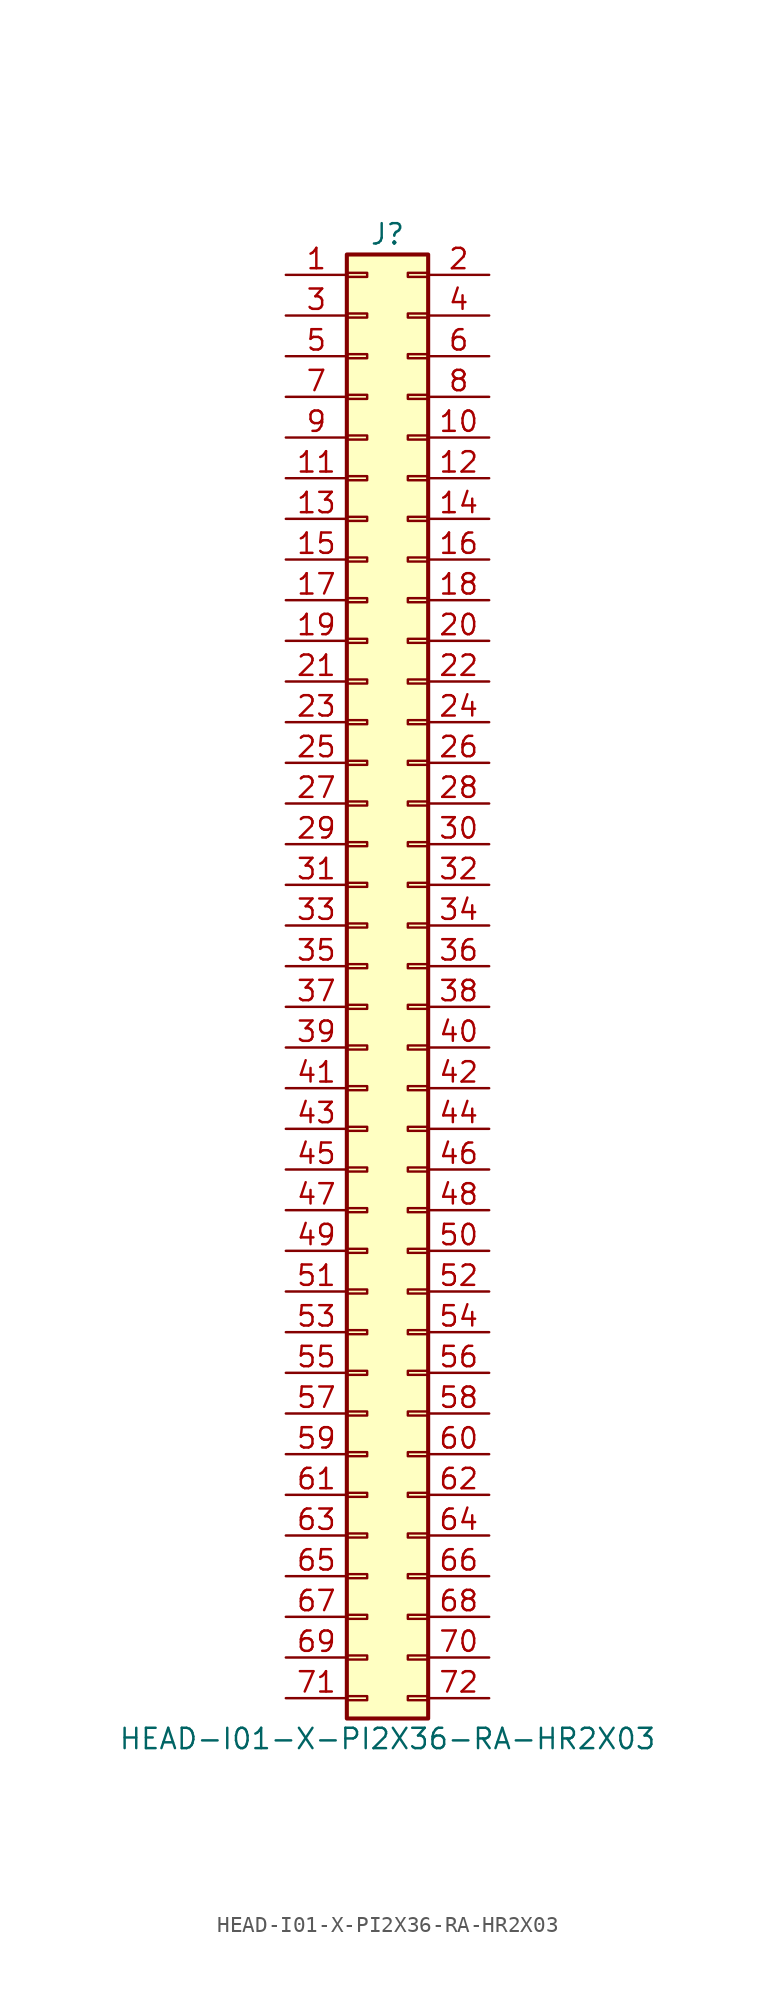
<source format=kicad_sym>
(kicad_symbol_lib
  (version 20211014)
  (generator kicad_symbol_editor)
  (symbol "HEAD-I01-X-PI2X36-RA-HR2X03"
    (pin_names
      (offset 1.016) hide)
    (property "Reference" "J"
      (at 1.27 45.72 0)
      (effects (font (size 1.27 1.27))))
    (property "Value" "HEAD-I01-X-PI2X36-RA-HR2X03"
      (at 1.27 -48.26 0)
      (effects (font (size 1.27 1.27))))
    (symbol "HEAD-I01-X-PI2X36-RA-HR2X03_1_1"
      (rectangle (start -1.27 -45.593) (end 0 -45.847) (stroke (width 0.152) (type default) (color 0 0 0 0)) (fill (type none)))
      (rectangle (start -1.27 -43.053) (end 0 -43.307) (stroke (width 0.152) (type default) (color 0 0 0 0)) (fill (type none)))
      (rectangle (start -1.27 -40.513) (end 0 -40.767) (stroke (width 0.152) (type default) (color 0 0 0 0)) (fill (type none)))
      (rectangle (start -1.27 -37.973) (end 0 -38.227) (stroke (width 0.152) (type default) (color 0 0 0 0)) (fill (type none)))
      (rectangle (start -1.27 -35.433) (end 0 -35.687) (stroke (width 0.152) (type default) (color 0 0 0 0)) (fill (type none)))
      (rectangle (start -1.27 -32.893) (end 0 -33.147) (stroke (width 0.152) (type default) (color 0 0 0 0)) (fill (type none)))
      (rectangle (start -1.27 -30.353) (end 0 -30.607) (stroke (width 0.152) (type default) (color 0 0 0 0)) (fill (type none)))
      (rectangle (start -1.27 -27.813) (end 0 -28.067) (stroke (width 0.152) (type default) (color 0 0 0 0)) (fill (type none)))
      (rectangle (start -1.27 -25.273) (end 0 -25.527) (stroke (width 0.152) (type default) (color 0 0 0 0)) (fill (type none)))
      (rectangle (start -1.27 -22.733) (end 0 -22.987) (stroke (width 0.152) (type default) (color 0 0 0 0)) (fill (type none)))
      (rectangle (start -1.27 -20.193) (end 0 -20.447) (stroke (width 0.152) (type default) (color 0 0 0 0)) (fill (type none)))
      (rectangle (start -1.27 -17.653) (end 0 -17.907) (stroke (width 0.152) (type default) (color 0 0 0 0)) (fill (type none)))
      (rectangle (start -1.27 -15.113) (end 0 -15.367) (stroke (width 0.152) (type default) (color 0 0 0 0)) (fill (type none)))
      (rectangle (start -1.27 -12.573) (end 0 -12.827) (stroke (width 0.152) (type default) (color 0 0 0 0)) (fill (type none)))
      (rectangle (start -1.27 -10.033) (end 0 -10.287) (stroke (width 0.152) (type default) (color 0 0 0 0)) (fill (type none)))
      (rectangle (start -1.27 -7.493) (end 0 -7.747) (stroke (width 0.152) (type default) (color 0 0 0 0)) (fill (type none)))
      (rectangle (start -1.27 -4.953) (end 0 -5.207) (stroke (width 0.152) (type default) (color 0 0 0 0)) (fill (type none)))
      (rectangle (start -1.27 -2.413) (end 0 -2.667) (stroke (width 0.152) (type default) (color 0 0 0 0)) (fill (type none)))
      (rectangle (start -1.27 0.127) (end 0 -0.127) (stroke (width 0.152) (type default) (color 0 0 0 0)) (fill (type none)))
      (rectangle (start -1.27 2.667) (end 0 2.413) (stroke (width 0.152) (type default) (color 0 0 0 0)) (fill (type none)))
      (rectangle (start -1.27 5.207) (end 0 4.953) (stroke (width 0.152) (type default) (color 0 0 0 0)) (fill (type none)))
      (rectangle (start -1.27 7.747) (end 0 7.493) (stroke (width 0.152) (type default) (color 0 0 0 0)) (fill (type none)))
      (rectangle (start -1.27 10.287) (end 0 10.033) (stroke (width 0.152) (type default) (color 0 0 0 0)) (fill (type none)))
      (rectangle (start -1.27 12.827) (end 0 12.573) (stroke (width 0.152) (type default) (color 0 0 0 0)) (fill (type none)))
      (rectangle (start -1.27 15.367) (end 0 15.113) (stroke (width 0.152) (type default) (color 0 0 0 0)) (fill (type none)))
      (rectangle (start -1.27 17.907) (end 0 17.653) (stroke (width 0.152) (type default) (color 0 0 0 0)) (fill (type none)))
      (rectangle (start -1.27 20.447) (end 0 20.193) (stroke (width 0.152) (type default) (color 0 0 0 0)) (fill (type none)))
      (rectangle (start -1.27 22.987) (end 0 22.733) (stroke (width 0.152) (type default) (color 0 0 0 0)) (fill (type none)))
      (rectangle (start -1.27 25.527) (end 0 25.273) (stroke (width 0.152) (type default) (color 0 0 0 0)) (fill (type none)))
      (rectangle (start -1.27 28.067) (end 0 27.813) (stroke (width 0.152) (type default) (color 0 0 0 0)) (fill (type none)))
      (rectangle (start -1.27 30.607) (end 0 30.353) (stroke (width 0.152) (type default) (color 0 0 0 0)) (fill (type none)))
      (rectangle (start -1.27 33.147) (end 0 32.893) (stroke (width 0.152) (type default) (color 0 0 0 0)) (fill (type none)))
      (rectangle (start -1.27 35.687) (end 0 35.433) (stroke (width 0.152) (type default) (color 0 0 0 0)) (fill (type none)))
      (rectangle (start -1.27 38.227) (end 0 37.973) (stroke (width 0.152) (type default) (color 0 0 0 0)) (fill (type none)))
      (rectangle (start -1.27 40.767) (end 0 40.513) (stroke (width 0.152) (type default) (color 0 0 0 0)) (fill (type none)))
      (rectangle (start -1.27 43.307) (end 0 43.053) (stroke (width 0.152) (type default) (color 0 0 0 0)) (fill (type none)))
      (rectangle (start -1.27 44.45) (end 3.81 -46.99) (stroke (width 0.254) (type default) (color 0 0 0 0)) (fill (type background)))
      (rectangle (start 3.81 -45.593) (end 2.54 -45.847) (stroke (width 0.152) (type default) (color 0 0 0 0)) (fill (type none)))
      (rectangle (start 3.81 -43.053) (end 2.54 -43.307) (stroke (width 0.152) (type default) (color 0 0 0 0)) (fill (type none)))
      (rectangle (start 3.81 -40.513) (end 2.54 -40.767) (stroke (width 0.152) (type default) (color 0 0 0 0)) (fill (type none)))
      (rectangle (start 3.81 -37.973) (end 2.54 -38.227) (stroke (width 0.152) (type default) (color 0 0 0 0)) (fill (type none)))
      (rectangle (start 3.81 -35.433) (end 2.54 -35.687) (stroke (width 0.152) (type default) (color 0 0 0 0)) (fill (type none)))
      (rectangle (start 3.81 -32.893) (end 2.54 -33.147) (stroke (width 0.152) (type default) (color 0 0 0 0)) (fill (type none)))
      (rectangle (start 3.81 -30.353) (end 2.54 -30.607) (stroke (width 0.152) (type default) (color 0 0 0 0)) (fill (type none)))
      (rectangle (start 3.81 -27.813) (end 2.54 -28.067) (stroke (width 0.152) (type default) (color 0 0 0 0)) (fill (type none)))
      (rectangle (start 3.81 -25.273) (end 2.54 -25.527) (stroke (width 0.152) (type default) (color 0 0 0 0)) (fill (type none)))
      (rectangle (start 3.81 -22.733) (end 2.54 -22.987) (stroke (width 0.152) (type default) (color 0 0 0 0)) (fill (type none)))
      (rectangle (start 3.81 -20.193) (end 2.54 -20.447) (stroke (width 0.152) (type default) (color 0 0 0 0)) (fill (type none)))
      (rectangle (start 3.81 -17.653) (end 2.54 -17.907) (stroke (width 0.152) (type default) (color 0 0 0 0)) (fill (type none)))
      (rectangle (start 3.81 -15.113) (end 2.54 -15.367) (stroke (width 0.152) (type default) (color 0 0 0 0)) (fill (type none)))
      (rectangle (start 3.81 -12.573) (end 2.54 -12.827) (stroke (width 0.152) (type default) (color 0 0 0 0)) (fill (type none)))
      (rectangle (start 3.81 -10.033) (end 2.54 -10.287) (stroke (width 0.152) (type default) (color 0 0 0 0)) (fill (type none)))
      (rectangle (start 3.81 -7.493) (end 2.54 -7.747) (stroke (width 0.152) (type default) (color 0 0 0 0)) (fill (type none)))
      (rectangle (start 3.81 -4.953) (end 2.54 -5.207) (stroke (width 0.152) (type default) (color 0 0 0 0)) (fill (type none)))
      (rectangle (start 3.81 -2.413) (end 2.54 -2.667) (stroke (width 0.152) (type default) (color 0 0 0 0)) (fill (type none)))
      (rectangle (start 3.81 0.127) (end 2.54 -0.127) (stroke (width 0.152) (type default) (color 0 0 0 0)) (fill (type none)))
      (rectangle (start 3.81 2.667) (end 2.54 2.413) (stroke (width 0.152) (type default) (color 0 0 0 0)) (fill (type none)))
      (rectangle (start 3.81 5.207) (end 2.54 4.953) (stroke (width 0.152) (type default) (color 0 0 0 0)) (fill (type none)))
      (rectangle (start 3.81 7.747) (end 2.54 7.493) (stroke (width 0.152) (type default) (color 0 0 0 0)) (fill (type none)))
      (rectangle (start 3.81 10.287) (end 2.54 10.033) (stroke (width 0.152) (type default) (color 0 0 0 0)) (fill (type none)))
      (rectangle (start 3.81 12.827) (end 2.54 12.573) (stroke (width 0.152) (type default) (color 0 0 0 0)) (fill (type none)))
      (rectangle (start 3.81 15.367) (end 2.54 15.113) (stroke (width 0.152) (type default) (color 0 0 0 0)) (fill (type none)))
      (rectangle (start 3.81 17.907) (end 2.54 17.653) (stroke (width 0.152) (type default) (color 0 0 0 0)) (fill (type none)))
      (rectangle (start 3.81 20.447) (end 2.54 20.193) (stroke (width 0.152) (type default) (color 0 0 0 0)) (fill (type none)))
      (rectangle (start 3.81 22.987) (end 2.54 22.733) (stroke (width 0.152) (type default) (color 0 0 0 0)) (fill (type none)))
      (rectangle (start 3.81 25.527) (end 2.54 25.273) (stroke (width 0.152) (type default) (color 0 0 0 0)) (fill (type none)))
      (rectangle (start 3.81 28.067) (end 2.54 27.813) (stroke (width 0.152) (type default) (color 0 0 0 0)) (fill (type none)))
      (rectangle (start 3.81 30.607) (end 2.54 30.353) (stroke (width 0.152) (type default) (color 0 0 0 0)) (fill (type none)))
      (rectangle (start 3.81 33.147) (end 2.54 32.893) (stroke (width 0.152) (type default) (color 0 0 0 0)) (fill (type none)))
      (rectangle (start 3.81 35.687) (end 2.54 35.433) (stroke (width 0.152) (type default) (color 0 0 0 0)) (fill (type none)))
      (rectangle (start 3.81 38.227) (end 2.54 37.973) (stroke (width 0.152) (type default) (color 0 0 0 0)) (fill (type none)))
      (rectangle (start 3.81 40.767) (end 2.54 40.513) (stroke (width 0.152) (type default) (color 0 0 0 0)) (fill (type none)))
      (rectangle (start 3.81 43.307) (end 2.54 43.053) (stroke (width 0.152) (type default) (color 0 0 0 0)) (fill (type none)))
      (pin passive line (at -5.08 43.18 0) (length 3.81) (name "Pin_1" (effects (font (size 1.27 1.27)))) (number "1" (effects (font (size 1.27 1.27)))))
      (pin passive line (at 7.62 33.02 180) (length 3.81) (name "Pin_10" (effects (font (size 1.27 1.27)))) (number "10" (effects (font (size 1.27 1.27)))))
      (pin passive line (at -5.08 30.48 0) (length 3.81) (name "Pin_11" (effects (font (size 1.27 1.27)))) (number "11" (effects (font (size 1.27 1.27)))))
      (pin passive line (at 7.62 30.48 180) (length 3.81) (name "Pin_12" (effects (font (size 1.27 1.27)))) (number "12" (effects (font (size 1.27 1.27)))))
      (pin passive line (at -5.08 27.94 0) (length 3.81) (name "Pin_13" (effects (font (size 1.27 1.27)))) (number "13" (effects (font (size 1.27 1.27)))))
      (pin passive line (at 7.62 27.94 180) (length 3.81) (name "Pin_14" (effects (font (size 1.27 1.27)))) (number "14" (effects (font (size 1.27 1.27)))))
      (pin passive line (at -5.08 25.4 0) (length 3.81) (name "Pin_15" (effects (font (size 1.27 1.27)))) (number "15" (effects (font (size 1.27 1.27)))))
      (pin passive line (at 7.62 25.4 180) (length 3.81) (name "Pin_16" (effects (font (size 1.27 1.27)))) (number "16" (effects (font (size 1.27 1.27)))))
      (pin passive line (at -5.08 22.86 0) (length 3.81) (name "Pin_17" (effects (font (size 1.27 1.27)))) (number "17" (effects (font (size 1.27 1.27)))))
      (pin passive line (at 7.62 22.86 180) (length 3.81) (name "Pin_18" (effects (font (size 1.27 1.27)))) (number "18" (effects (font (size 1.27 1.27)))))
      (pin passive line (at -5.08 20.32 0) (length 3.81) (name "Pin_19" (effects (font (size 1.27 1.27)))) (number "19" (effects (font (size 1.27 1.27)))))
      (pin passive line (at 7.62 43.18 180) (length 3.81) (name "Pin_2" (effects (font (size 1.27 1.27)))) (number "2" (effects (font (size 1.27 1.27)))))
      (pin passive line (at 7.62 20.32 180) (length 3.81) (name "Pin_20" (effects (font (size 1.27 1.27)))) (number "20" (effects (font (size 1.27 1.27)))))
      (pin passive line (at -5.08 17.78 0) (length 3.81) (name "Pin_21" (effects (font (size 1.27 1.27)))) (number "21" (effects (font (size 1.27 1.27)))))
      (pin passive line (at 7.62 17.78 180) (length 3.81) (name "Pin_22" (effects (font (size 1.27 1.27)))) (number "22" (effects (font (size 1.27 1.27)))))
      (pin passive line (at -5.08 15.24 0) (length 3.81) (name "Pin_23" (effects (font (size 1.27 1.27)))) (number "23" (effects (font (size 1.27 1.27)))))
      (pin passive line (at 7.62 15.24 180) (length 3.81) (name "Pin_24" (effects (font (size 1.27 1.27)))) (number "24" (effects (font (size 1.27 1.27)))))
      (pin passive line (at -5.08 12.7 0) (length 3.81) (name "Pin_25" (effects (font (size 1.27 1.27)))) (number "25" (effects (font (size 1.27 1.27)))))
      (pin passive line (at 7.62 12.7 180) (length 3.81) (name "Pin_26" (effects (font (size 1.27 1.27)))) (number "26" (effects (font (size 1.27 1.27)))))
      (pin passive line (at -5.08 10.16 0) (length 3.81) (name "Pin_27" (effects (font (size 1.27 1.27)))) (number "27" (effects (font (size 1.27 1.27)))))
      (pin passive line (at 7.62 10.16 180) (length 3.81) (name "Pin_28" (effects (font (size 1.27 1.27)))) (number "28" (effects (font (size 1.27 1.27)))))
      (pin passive line (at -5.08 7.62 0) (length 3.81) (name "Pin_29" (effects (font (size 1.27 1.27)))) (number "29" (effects (font (size 1.27 1.27)))))
      (pin passive line (at -5.08 40.64 0) (length 3.81) (name "Pin_3" (effects (font (size 1.27 1.27)))) (number "3" (effects (font (size 1.27 1.27)))))
      (pin passive line (at 7.62 7.62 180) (length 3.81) (name "Pin_30" (effects (font (size 1.27 1.27)))) (number "30" (effects (font (size 1.27 1.27)))))
      (pin passive line (at -5.08 5.08 0) (length 3.81) (name "Pin_31" (effects (font (size 1.27 1.27)))) (number "31" (effects (font (size 1.27 1.27)))))
      (pin passive line (at 7.62 5.08 180) (length 3.81) (name "Pin_32" (effects (font (size 1.27 1.27)))) (number "32" (effects (font (size 1.27 1.27)))))
      (pin passive line (at -5.08 2.54 0) (length 3.81) (name "Pin_33" (effects (font (size 1.27 1.27)))) (number "33" (effects (font (size 1.27 1.27)))))
      (pin passive line (at 7.62 2.54 180) (length 3.81) (name "Pin_34" (effects (font (size 1.27 1.27)))) (number "34" (effects (font (size 1.27 1.27)))))
      (pin passive line (at -5.08 0 0) (length 3.81) (name "Pin_35" (effects (font (size 1.27 1.27)))) (number "35" (effects (font (size 1.27 1.27)))))
      (pin passive line (at 7.62 0 180) (length 3.81) (name "Pin_36" (effects (font (size 1.27 1.27)))) (number "36" (effects (font (size 1.27 1.27)))))
      (pin passive line (at -5.08 -2.54 0) (length 3.81) (name "Pin_37" (effects (font (size 1.27 1.27)))) (number "37" (effects (font (size 1.27 1.27)))))
      (pin passive line (at 7.62 -2.54 180) (length 3.81) (name "Pin_38" (effects (font (size 1.27 1.27)))) (number "38" (effects (font (size 1.27 1.27)))))
      (pin passive line (at -5.08 -5.08 0) (length 3.81) (name "Pin_39" (effects (font (size 1.27 1.27)))) (number "39" (effects (font (size 1.27 1.27)))))
      (pin passive line (at 7.62 40.64 180) (length 3.81) (name "Pin_4" (effects (font (size 1.27 1.27)))) (number "4" (effects (font (size 1.27 1.27)))))
      (pin passive line (at 7.62 -5.08 180) (length 3.81) (name "Pin_40" (effects (font (size 1.27 1.27)))) (number "40" (effects (font (size 1.27 1.27)))))
      (pin passive line (at -5.08 -7.62 0) (length 3.81) (name "Pin_41" (effects (font (size 1.27 1.27)))) (number "41" (effects (font (size 1.27 1.27)))))
      (pin passive line (at 7.62 -7.62 180) (length 3.81) (name "Pin_42" (effects (font (size 1.27 1.27)))) (number "42" (effects (font (size 1.27 1.27)))))
      (pin passive line (at -5.08 -10.16 0) (length 3.81) (name "Pin_43" (effects (font (size 1.27 1.27)))) (number "43" (effects (font (size 1.27 1.27)))))
      (pin passive line (at 7.62 -10.16 180) (length 3.81) (name "Pin_44" (effects (font (size 1.27 1.27)))) (number "44" (effects (font (size 1.27 1.27)))))
      (pin passive line (at -5.08 -12.7 0) (length 3.81) (name "Pin_45" (effects (font (size 1.27 1.27)))) (number "45" (effects (font (size 1.27 1.27)))))
      (pin passive line (at 7.62 -12.7 180) (length 3.81) (name "Pin_46" (effects (font (size 1.27 1.27)))) (number "46" (effects (font (size 1.27 1.27)))))
      (pin passive line (at -5.08 -15.24 0) (length 3.81) (name "Pin_47" (effects (font (size 1.27 1.27)))) (number "47" (effects (font (size 1.27 1.27)))))
      (pin passive line (at 7.62 -15.24 180) (length 3.81) (name "Pin_48" (effects (font (size 1.27 1.27)))) (number "48" (effects (font (size 1.27 1.27)))))
      (pin passive line (at -5.08 -17.78 0) (length 3.81) (name "Pin_49" (effects (font (size 1.27 1.27)))) (number "49" (effects (font (size 1.27 1.27)))))
      (pin passive line (at -5.08 38.1 0) (length 3.81) (name "Pin_5" (effects (font (size 1.27 1.27)))) (number "5" (effects (font (size 1.27 1.27)))))
      (pin passive line (at 7.62 -17.78 180) (length 3.81) (name "Pin_50" (effects (font (size 1.27 1.27)))) (number "50" (effects (font (size 1.27 1.27)))))
      (pin passive line (at -5.08 -20.32 0) (length 3.81) (name "Pin_51" (effects (font (size 1.27 1.27)))) (number "51" (effects (font (size 1.27 1.27)))))
      (pin passive line (at 7.62 -20.32 180) (length 3.81) (name "Pin_52" (effects (font (size 1.27 1.27)))) (number "52" (effects (font (size 1.27 1.27)))))
      (pin passive line (at -5.08 -22.86 0) (length 3.81) (name "Pin_53" (effects (font (size 1.27 1.27)))) (number "53" (effects (font (size 1.27 1.27)))))
      (pin passive line (at 7.62 -22.86 180) (length 3.81) (name "Pin_54" (effects (font (size 1.27 1.27)))) (number "54" (effects (font (size 1.27 1.27)))))
      (pin passive line (at -5.08 -25.4 0) (length 3.81) (name "Pin_55" (effects (font (size 1.27 1.27)))) (number "55" (effects (font (size 1.27 1.27)))))
      (pin passive line (at 7.62 -25.4 180) (length 3.81) (name "Pin_56" (effects (font (size 1.27 1.27)))) (number "56" (effects (font (size 1.27 1.27)))))
      (pin passive line (at -5.08 -27.94 0) (length 3.81) (name "Pin_57" (effects (font (size 1.27 1.27)))) (number "57" (effects (font (size 1.27 1.27)))))
      (pin passive line (at 7.62 -27.94 180) (length 3.81) (name "Pin_58" (effects (font (size 1.27 1.27)))) (number "58" (effects (font (size 1.27 1.27)))))
      (pin passive line (at -5.08 -30.48 0) (length 3.81) (name "Pin_59" (effects (font (size 1.27 1.27)))) (number "59" (effects (font (size 1.27 1.27)))))
      (pin passive line (at 7.62 38.1 180) (length 3.81) (name "Pin_6" (effects (font (size 1.27 1.27)))) (number "6" (effects (font (size 1.27 1.27)))))
      (pin passive line (at 7.62 -30.48 180) (length 3.81) (name "Pin_60" (effects (font (size 1.27 1.27)))) (number "60" (effects (font (size 1.27 1.27)))))
      (pin passive line (at -5.08 -33.02 0) (length 3.81) (name "Pin_61" (effects (font (size 1.27 1.27)))) (number "61" (effects (font (size 1.27 1.27)))))
      (pin passive line (at 7.62 -33.02 180) (length 3.81) (name "Pin_62" (effects (font (size 1.27 1.27)))) (number "62" (effects (font (size 1.27 1.27)))))
      (pin passive line (at -5.08 -35.56 0) (length 3.81) (name "Pin_63" (effects (font (size 1.27 1.27)))) (number "63" (effects (font (size 1.27 1.27)))))
      (pin passive line (at 7.62 -35.56 180) (length 3.81) (name "Pin_64" (effects (font (size 1.27 1.27)))) (number "64" (effects (font (size 1.27 1.27)))))
      (pin passive line (at -5.08 -38.1 0) (length 3.81) (name "Pin_65" (effects (font (size 1.27 1.27)))) (number "65" (effects (font (size 1.27 1.27)))))
      (pin passive line (at 7.62 -38.1 180) (length 3.81) (name "Pin_66" (effects (font (size 1.27 1.27)))) (number "66" (effects (font (size 1.27 1.27)))))
      (pin passive line (at -5.08 -40.64 0) (length 3.81) (name "Pin_67" (effects (font (size 1.27 1.27)))) (number "67" (effects (font (size 1.27 1.27)))))
      (pin passive line (at 7.62 -40.64 180) (length 3.81) (name "Pin_68" (effects (font (size 1.27 1.27)))) (number "68" (effects (font (size 1.27 1.27)))))
      (pin passive line (at -5.08 -43.18 0) (length 3.81) (name "Pin_69" (effects (font (size 1.27 1.27)))) (number "69" (effects (font (size 1.27 1.27)))))
      (pin passive line (at -5.08 35.56 0) (length 3.81) (name "Pin_7" (effects (font (size 1.27 1.27)))) (number "7" (effects (font (size 1.27 1.27)))))
      (pin passive line (at 7.62 -43.18 180) (length 3.81) (name "Pin_70" (effects (font (size 1.27 1.27)))) (number "70" (effects (font (size 1.27 1.27)))))
      (pin passive line (at -5.08 -45.72 0) (length 3.81) (name "Pin_71" (effects (font (size 1.27 1.27)))) (number "71" (effects (font (size 1.27 1.27)))))
      (pin passive line (at 7.62 -45.72 180) (length 3.81) (name "Pin_72" (effects (font (size 1.27 1.27)))) (number "72" (effects (font (size 1.27 1.27)))))
      (pin passive line (at 7.62 35.56 180) (length 3.81) (name "Pin_8" (effects (font (size 1.27 1.27)))) (number "8" (effects (font (size 1.27 1.27)))))
      (pin passive line (at -5.08 33.02 0) (length 3.81) (name "Pin_9" (effects (font (size 1.27 1.27)))) (number "9" (effects (font (size 1.27 1.27))))))))
</source>
